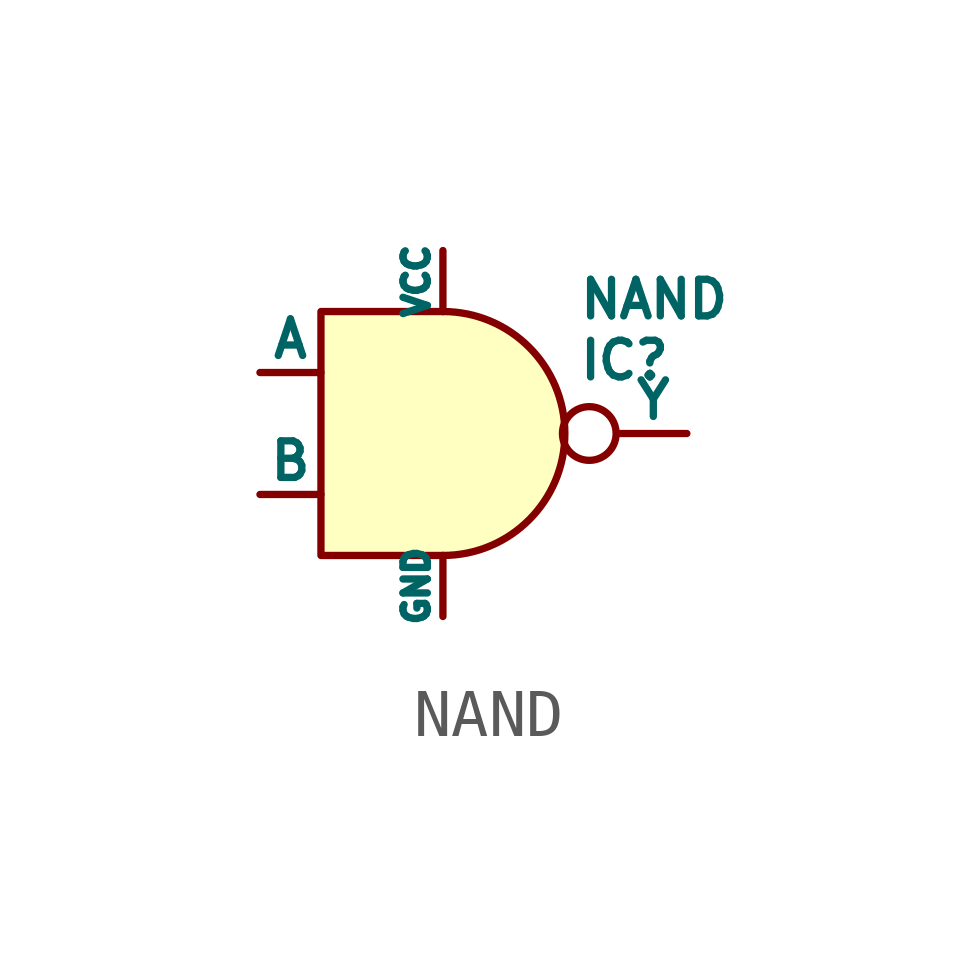
<source format=kicad_sym>
(kicad_symbol_lib
  (version 20231120)
  (generator "kicad_symbol_editor")
  (generator_version "8.0")
  (symbol "NAND"
    (pin_numbers hide)
    (pin_names
      (offset 0))
    (property "Reference" "IC"
      (at 2.794 1.524 0)
      (effects (font (size 0.762 0.762)) (justify left)))
    (property "Value" "NAND"
      (at 2.794 2.794 0)
      (effects (font (size 0.762 0.762) (bold yes)) (justify left)))
    (symbol "NAND_0_1"
      (arc (start 0 -2.54) (mid 2.529 0) (end 0 2.54) (stroke (width 0) (type solid)) (fill (type background)))
      (polyline (pts (xy 0 2.54) (xy -2.54 2.54) (xy -2.54 -2.54) (xy 0 -2.54)) (stroke (width 0) (type solid)) (fill (type background))))
    (symbol "NAND_1_1"
      (circle (center 3.048 0) (radius 0.559) (stroke (width 0) (type solid)) (fill (type none)))
      (pin input line (at -3.81 1.27 0) (length 1.27) (name "A" (effects (font (size 0.762 0.762)))) (number "1" (effects (font (size 0.762 0.762)))))
      (pin power_in line (at 0 -3.81 90) (length 1.27) (name "GND" (effects (font (size 0.508 0.508)))) (number "2" (effects (font (size 0.762 0.762)))))
      (pin power_in line (at 0 3.81 270) (length 1.27) (name "VCC" (effects (font (size 0.508 0.508)))) (number "3,5" (effects (font (size 0.762 0.762)))))
      (pin input line (at 5.08 0 180) (length 1.397) (name "Y" (effects (font (size 0.762 0.762)))) (number "4" (effects (font (size 0.762 0.762)))))
      (pin input line (at -3.81 -1.27 0) (length 1.27) (name "B" (effects (font (size 0.762 0.762)))) (number "6" (effects (font (size 0.762 0.762))))))))
</source>
